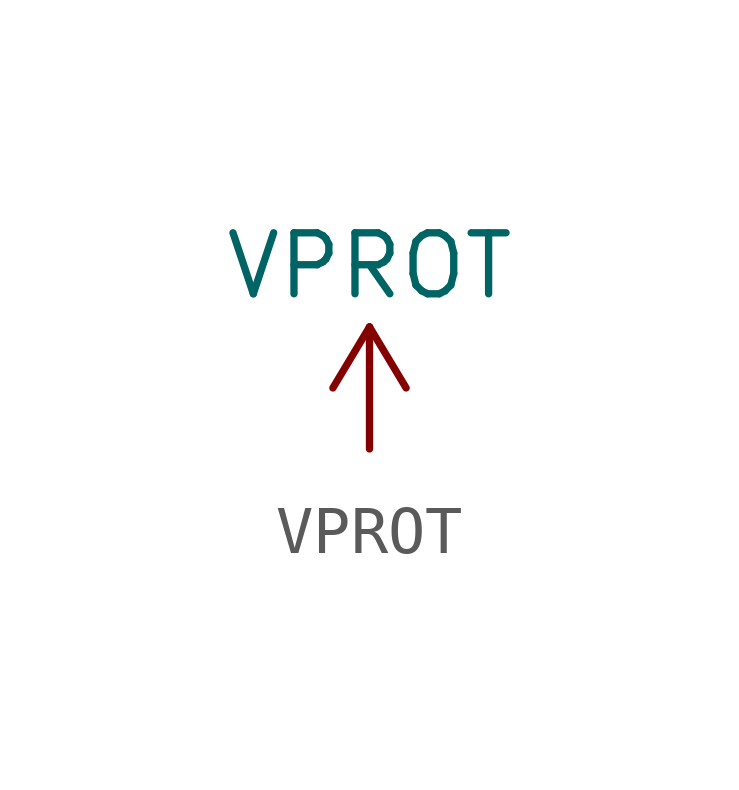
<source format=kicad_sym>
(kicad_symbol_lib
  (version 20220914)
  (generator kicad_symbol_editor)
  (symbol "VPROT"
    (power)
    (pin_names
      (offset 0))
    (property "Reference" "#PWR"
      (at 0 -3.81 0)
      (effects (font (size 1.27 1.27)) hide))
    (property "Value" "VPROT"
      (at 0 3.81 0)
      (effects (font (size 1.27 1.27))))
    (symbol "VPROT_0_1"
      (polyline (pts (xy -0.762 1.27) (xy 0 2.54)) (stroke (width 0) (type default)) (fill (type none)))
      (polyline (pts (xy 0 0) (xy 0 2.54)) (stroke (width 0) (type default)) (fill (type none)))
      (polyline (pts (xy 0 2.54) (xy 0.762 1.27)) (stroke (width 0) (type default)) (fill (type none))))
    (symbol "VPROT_1_1"
      (pin power_in line (at 0 0 90) (length 0) hide (name "VPROT" (effects (font (size 1.27 1.27)))) (number "1" (effects (font (size 1.27 1.27))))))))
</source>
